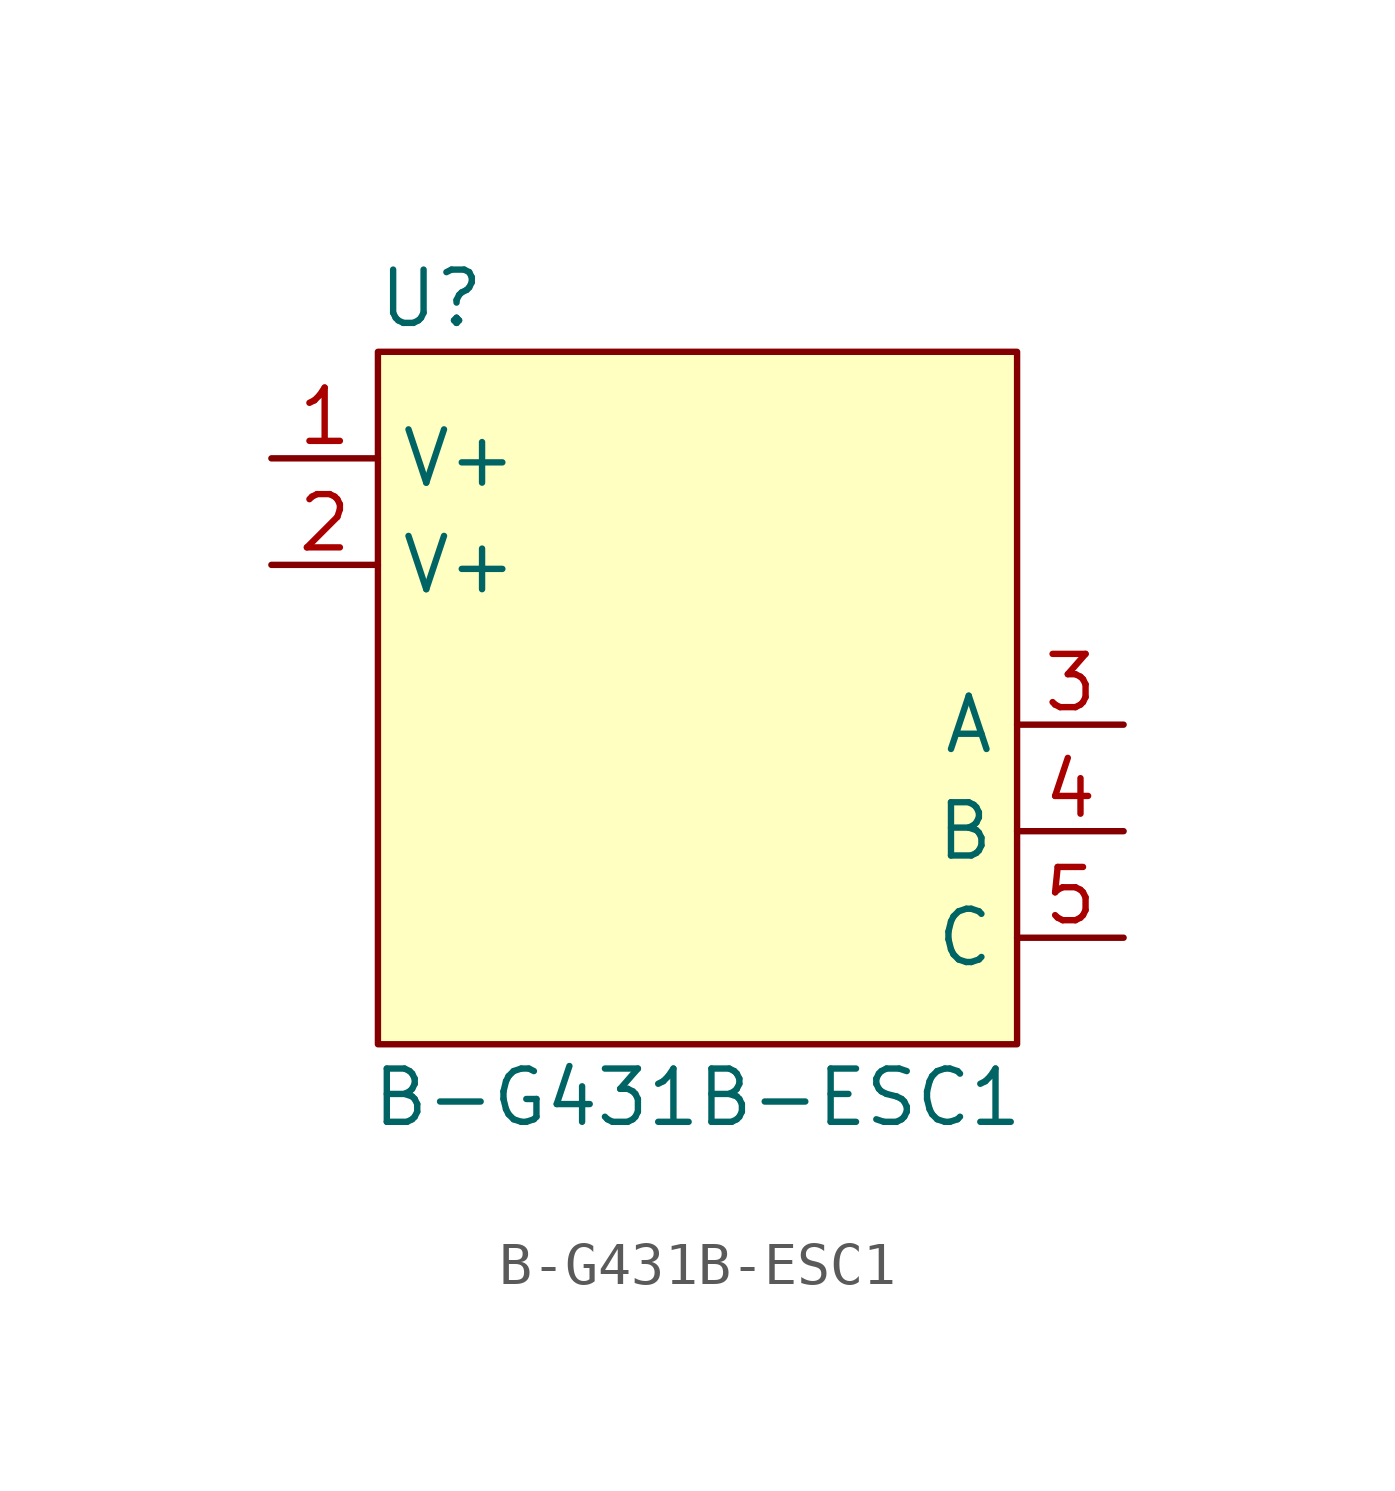
<source format=kicad_sym>
(kicad_symbol_lib
  (version 20220914)
  (generator kicad_symbol_editor)
  (symbol "B-G431B-ESC1"
    (property "Reference" "U"
      (at -6.35 10.16 0)
      (effects (font (size 1.27 1.27))))
    (property "Value" "B-G431B-ESC1"
      (at 0 -8.89 0)
      (effects (font (size 1.27 1.27))))
    (symbol "B-G431B-ESC1_1_1"
      (rectangle (start -7.62 8.89) (end 7.62 -7.62) (stroke (width 0) (type default)) (fill (type background)))
      (pin power_in line (at -10.16 6.35 0) (length 2.54) (name "V+" (effects (font (size 1.27 1.27)))) (number "1" (effects (font (size 1.27 1.27)))))
      (pin power_in line (at -10.16 3.81 0) (length 2.54) (name "V+" (effects (font (size 1.27 1.27)))) (number "2" (effects (font (size 1.27 1.27)))))
      (pin output line (at 10.16 0 180) (length 2.54) (name "A" (effects (font (size 1.27 1.27)))) (number "3" (effects (font (size 1.27 1.27)))))
      (pin output line (at 10.16 -2.54 180) (length 2.54) (name "B" (effects (font (size 1.27 1.27)))) (number "4" (effects (font (size 1.27 1.27)))))
      (pin output line (at 10.16 -5.08 180) (length 2.54) (name "C" (effects (font (size 1.27 1.27)))) (number "5" (effects (font (size 1.27 1.27))))))))
</source>
